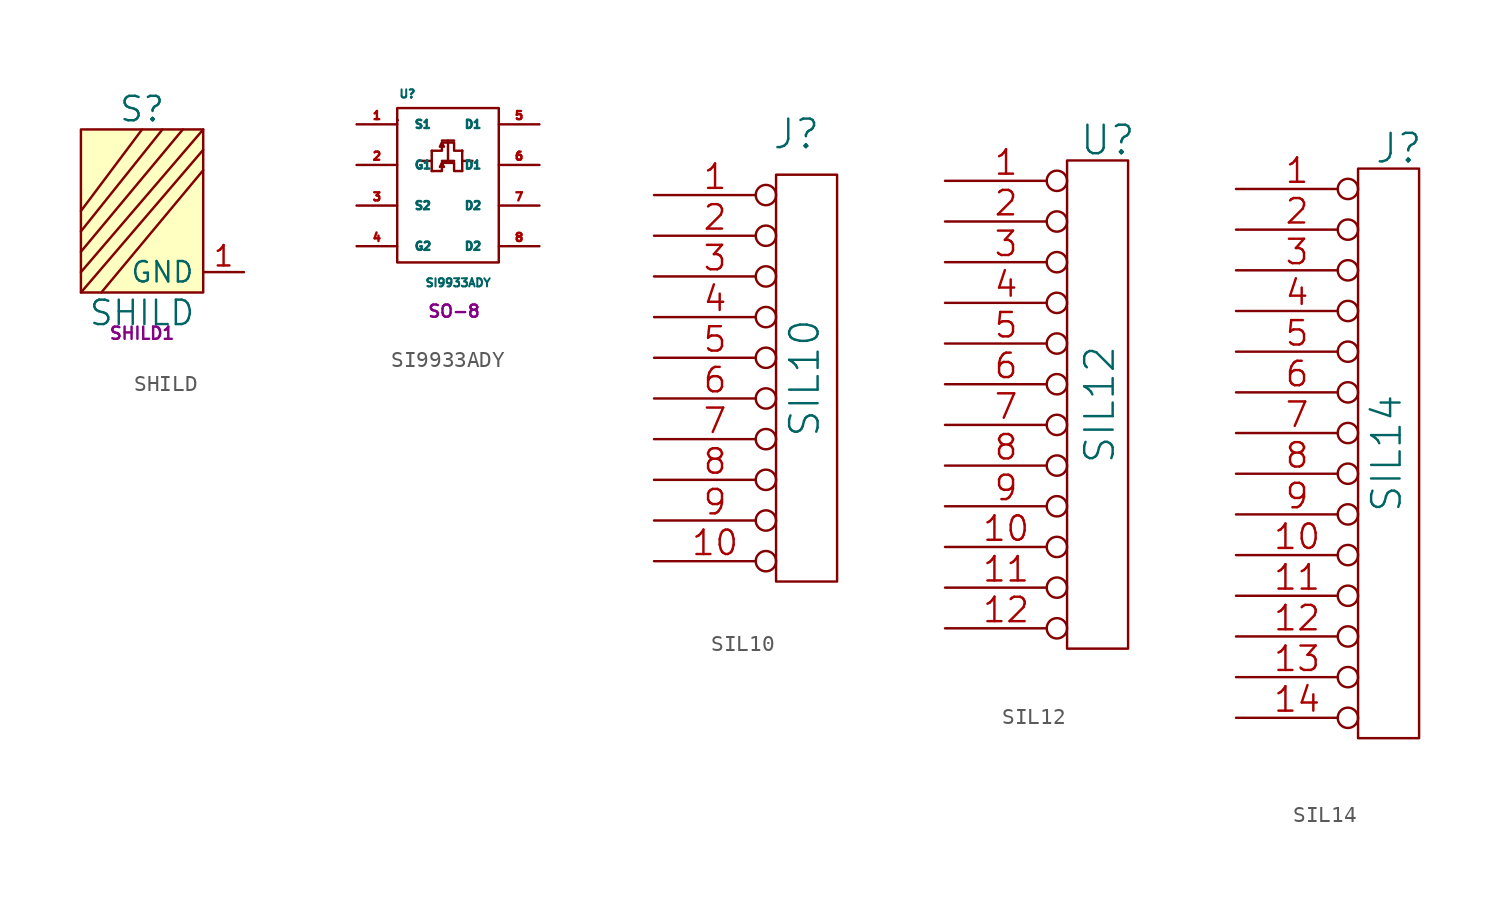
<source format=kicad_sym>
(kicad_symbol_lib
  (version 20220914)
  (generator kicad_symbol_editor)
  (symbol "SHILD"
    (property "Reference" "S"
      (at 0 6.35 0)
      (effects (font (size 1.524 1.524))))
    (property "Value" "SHILD"
      (at 0 -6.35 0)
      (effects (font (size 1.524 1.524))))
    (property "Footprint" "SHILD1"
      (at 0 -7.62 0)
      (effects (font (size 0.762 0.762))))
    (property "Datasheet" ""
      (at 0 0 0)
      (effects (font (size 1.524 1.524))))
    (symbol "SHILD_0_1"
      (rectangle (start -3.81 5.08) (end 3.81 -5.08) (stroke (width 0) (type default)) (fill (type background)))
      (polyline (pts (xy -3.81 -5.08) (xy 3.81 3.81)) (stroke (width 0) (type default)) (fill (type none)))
      (polyline (pts (xy -3.81 -3.81) (xy 3.81 5.08)) (stroke (width 0) (type default)) (fill (type none)))
      (polyline (pts (xy -3.81 -2.54) (xy 2.54 5.08)) (stroke (width 0) (type default)) (fill (type none)))
      (polyline (pts (xy -3.81 -1.27) (xy 1.27 5.08)) (stroke (width 0) (type default)) (fill (type none)))
      (polyline (pts (xy -3.81 0) (xy 0 5.08)) (stroke (width 0) (type default)) (fill (type none)))
      (polyline (pts (xy 3.81 2.54) (xy -2.54 -5.08)) (stroke (width 0) (type default)) (fill (type none))))
    (symbol "SHILD_1_1"
      (pin input line (at 6.35 -3.81 180) (length 2.54) (name "GND" (effects (font (size 1.27 1.27)))) (number "1" (effects (font (size 1.27 1.27)))))))
  (symbol "SI9933ADY"
    (pin_names
      (offset 1.016))
    (property "Reference" "U"
      (at 0.635 4.445 0)
      (effects (font (size 0.508 0.508))))
    (property "Value" "SI9933ADY"
      (at 3.81 -7.366 0)
      (effects (font (size 0.508 0.508))))
    (property "Footprint" "SO-8"
      (at 3.556 -9.144 0)
      (effects (font (size 0.762 0.762))))
    (property "Datasheet" ""
      (at 0 0 0)
      (effects (font (size 1.524 1.524))))
    (symbol "SI9933ADY_0_1"
      (polyline (pts (xy 4.064 0.889) (xy 4.064 0.889)) (stroke (width 0) (type default)) (fill (type none)))
      (polyline (pts (xy 2.159 0.254) (xy 1.524 0.254) (xy 1.524 0.254)) (stroke (width 0) (type default)) (fill (type none)))
      (polyline (pts (xy 2.794 0.254) (xy 3.556 0.254) (xy 3.556 0.254)) (stroke (width 0) (type default)) (fill (type none)))
      (polyline (pts (xy 2.794 1.524) (xy 3.556 1.524) (xy 3.556 1.524)) (stroke (width 0) (type default)) (fill (type none)))
      (polyline (pts (xy 3.175 0.254) (xy 3.175 1.524) (xy 3.175 1.524)) (stroke (width 0) (type default)) (fill (type none)))
      (polyline (pts (xy 4.064 0.254) (xy 4.699 0.254) (xy 4.699 0.254)) (stroke (width 0) (type default)) (fill (type none)))
      (polyline (pts (xy 2.159 0.889) (xy 2.159 -0.381) (xy 2.159 -0.381) (xy 2.159 -0.381)) (stroke (width 0) (type default)) (fill (type none)))
      (polyline (pts (xy 2.667 -0.127) (xy 2.794 0.127) (xy 2.921 -0.127) (xy 2.921 -0.127)) (stroke (width 0) (type default)) (fill (type outline)))
      (polyline (pts (xy 4.064 0.889) (xy 4.064 -0.381) (xy 4.064 -0.381) (xy 4.064 -0.381)) (stroke (width 0) (type default)) (fill (type outline)))
      (polyline (pts (xy 2.667 1.143) (xy 2.794 1.397) (xy 2.921 1.143) (xy 2.667 1.143) (xy 2.667 1.143)) (stroke (width 0) (type default)) (fill (type outline)))
      (polyline (pts (xy 0 -6.096) (xy 0 3.556) (xy 6.35 3.556) (xy 6.35 -6.096) (xy 0 -6.096) (xy 0 -6.096)) (stroke (width 0) (type default)) (fill (type none)))
      (polyline (pts (xy 2.159 -0.381) (xy 2.794 -0.381) (xy 2.794 0.127) (xy 3.556 0.127) (xy 3.556 -0.381) (xy 4.064 -0.381) (xy 4.064 -0.381)) (stroke (width 0) (type default)) (fill (type none)))
      (polyline (pts (xy 2.159 0.889) (xy 2.794 0.889) (xy 2.794 1.397) (xy 3.556 1.397) (xy 3.556 0.889) (xy 4.064 0.889) (xy 4.064 0.889)) (stroke (width 0) (type default)) (fill (type none)))
      (circle (center 0 2.794) (radius 0.0001) (stroke (width 0) (type default)) (fill (type outline)))
      (circle (center 0 2.794) (radius 0.0001) (stroke (width 0) (type default)) (fill (type outline)))
      (circle (center 0 2.794) (radius 0.0001) (stroke (width 0) (type default)) (fill (type outline)))
      (circle (center 0 2.794) (radius 0.0001) (stroke (width 0) (type default)) (fill (type outline)))
      (circle (center 0 2.794) (radius 0.0001) (stroke (width 0) (type default)) (fill (type outline)))
      (circle (center 0 2.794) (radius 0.0001) (stroke (width 0) (type default)) (fill (type outline)))
      (circle (center 0 2.794) (radius 0.0001) (stroke (width 0) (type default)) (fill (type outline)))
      (circle (center 0 2.794) (radius 0.0001) (stroke (width 0) (type default)) (fill (type outline))))
    (symbol "SI9933ADY_1_1"
      (pin input line (at -2.54 2.54 0) (length 2.54) (name "S1" (effects (font (size 0.508 0.508)))) (number "1" (effects (font (size 0.508 0.508)))))
      (pin input line (at -2.54 0 0) (length 2.54) (name "G1" (effects (font (size 0.508 0.508)))) (number "2" (effects (font (size 0.508 0.508)))))
      (pin input line (at -2.54 -2.54 0) (length 2.54) (name "S2" (effects (font (size 0.508 0.508)))) (number "3" (effects (font (size 0.508 0.508)))))
      (pin input line (at -2.54 -5.08 0) (length 2.54) (name "G2" (effects (font (size 0.508 0.508)))) (number "4" (effects (font (size 0.508 0.508)))))
      (pin input line (at 8.89 2.54 180) (length 2.54) (name "D1" (effects (font (size 0.508 0.508)))) (number "5" (effects (font (size 0.508 0.508)))))
      (pin input line (at 8.89 0 180) (length 2.54) (name "D1" (effects (font (size 0.508 0.508)))) (number "6" (effects (font (size 0.508 0.508)))))
      (pin input line (at 8.89 -2.54 180) (length 2.54) (name "D2" (effects (font (size 0.508 0.508)))) (number "7" (effects (font (size 0.508 0.508)))))
      (pin input line (at 8.89 -5.08 180) (length 2.54) (name "D2" (effects (font (size 0.508 0.508)))) (number "8" (effects (font (size 0.508 0.508)))))))
  (symbol "SIL10"
    (pin_names
      (offset 1.016) hide)
    (property "Reference" "J"
      (at 0 15.24 0)
      (effects (font (size 1.778 1.778))))
    (property "Value" "SIL10"
      (at 0.508 0 90)
      (effects (font (size 1.778 1.778))))
    (property "Footprint" ""
      (at 0 0 0)
      (effects (font (size 1.524 1.524))))
    (property "Datasheet" ""
      (at 0 0 0)
      (effects (font (size 1.524 1.524))))
    (symbol "SIL10_0_1"
      (rectangle (start -1.27 12.7) (end 2.54 -12.7) (stroke (width 0) (type default)) (fill (type none))))
    (symbol "SIL10_1_1"
      (pin passive inverted (at -8.89 11.43 0) (length 7.62) (name "1" (effects (font (size 1.524 1.524)))) (number "1" (effects (font (size 1.524 1.524)))))
      (pin passive inverted (at -8.89 -11.43 0) (length 7.62) (name "10" (effects (font (size 1.524 1.524)))) (number "10" (effects (font (size 1.524 1.524)))))
      (pin passive inverted (at -8.89 8.89 0) (length 7.62) (name "2" (effects (font (size 1.524 1.524)))) (number "2" (effects (font (size 1.524 1.524)))))
      (pin passive inverted (at -8.89 6.35 0) (length 7.62) (name "3" (effects (font (size 1.524 1.524)))) (number "3" (effects (font (size 1.524 1.524)))))
      (pin passive inverted (at -8.89 3.81 0) (length 7.62) (name "4" (effects (font (size 1.524 1.524)))) (number "4" (effects (font (size 1.524 1.524)))))
      (pin passive inverted (at -8.89 1.27 0) (length 7.62) (name "5" (effects (font (size 1.524 1.524)))) (number "5" (effects (font (size 1.524 1.524)))))
      (pin passive inverted (at -8.89 -1.27 0) (length 7.62) (name "6" (effects (font (size 1.524 1.524)))) (number "6" (effects (font (size 1.524 1.524)))))
      (pin passive inverted (at -8.89 -3.81 0) (length 7.62) (name "7" (effects (font (size 1.524 1.524)))) (number "7" (effects (font (size 1.524 1.524)))))
      (pin passive inverted (at -8.89 -6.35 0) (length 7.62) (name "8" (effects (font (size 1.524 1.524)))) (number "8" (effects (font (size 1.524 1.524)))))
      (pin passive inverted (at -8.89 -8.89 0) (length 7.62) (name "9" (effects (font (size 1.524 1.524)))) (number "9" (effects (font (size 1.524 1.524)))))))
  (symbol "SIL12"
    (pin_names
      (offset 1.016) hide)
    (property "Reference" "U"
      (at 1.27 16.51 0)
      (effects (font (size 1.778 1.778))))
    (property "Value" "SIL12"
      (at 0.762 0 90)
      (effects (font (size 1.778 1.778))))
    (property "Footprint" ""
      (at 0 0 0)
      (effects (font (size 1.524 1.524))))
    (property "Datasheet" ""
      (at 0 0 0)
      (effects (font (size 1.524 1.524))))
    (symbol "SIL12_0_1"
      (rectangle (start -1.27 15.24) (end 2.54 -15.24) (stroke (width 0) (type default)) (fill (type none))))
    (symbol "SIL12_1_1"
      (pin passive inverted (at -8.89 13.97 0) (length 7.62) (name "1" (effects (font (size 1.524 1.524)))) (number "1" (effects (font (size 1.524 1.524)))))
      (pin passive inverted (at -8.89 -8.89 0) (length 7.62) (name "10" (effects (font (size 1.524 1.524)))) (number "10" (effects (font (size 1.524 1.524)))))
      (pin passive inverted (at -8.89 -11.43 0) (length 7.62) (name "11" (effects (font (size 1.524 1.524)))) (number "11" (effects (font (size 1.524 1.524)))))
      (pin passive inverted (at -8.89 -13.97 0) (length 7.62) (name "12" (effects (font (size 1.524 1.524)))) (number "12" (effects (font (size 1.524 1.524)))))
      (pin passive inverted (at -8.89 11.43 0) (length 7.62) (name "2" (effects (font (size 1.524 1.524)))) (number "2" (effects (font (size 1.524 1.524)))))
      (pin passive inverted (at -8.89 8.89 0) (length 7.62) (name "3" (effects (font (size 1.524 1.524)))) (number "3" (effects (font (size 1.524 1.524)))))
      (pin passive inverted (at -8.89 6.35 0) (length 7.62) (name "4" (effects (font (size 1.524 1.524)))) (number "4" (effects (font (size 1.524 1.524)))))
      (pin passive inverted (at -8.89 3.81 0) (length 7.62) (name "5" (effects (font (size 1.524 1.524)))) (number "5" (effects (font (size 1.524 1.524)))))
      (pin passive inverted (at -8.89 1.27 0) (length 7.62) (name "6" (effects (font (size 1.524 1.524)))) (number "6" (effects (font (size 1.524 1.524)))))
      (pin passive inverted (at -8.89 -1.27 0) (length 7.62) (name "7" (effects (font (size 1.524 1.524)))) (number "7" (effects (font (size 1.524 1.524)))))
      (pin passive inverted (at -8.89 -3.81 0) (length 7.62) (name "8" (effects (font (size 1.524 1.524)))) (number "8" (effects (font (size 1.524 1.524)))))
      (pin passive inverted (at -8.89 -6.35 0) (length 7.62) (name "9" (effects (font (size 1.524 1.524)))) (number "9" (effects (font (size 1.524 1.524)))))))
  (symbol "SIL14"
    (pin_names
      (offset 1.016) hide)
    (property "Reference" "J"
      (at 1.27 19.05 0)
      (effects (font (size 1.778 1.778))))
    (property "Value" "SIL14"
      (at 0.508 0 90)
      (effects (font (size 1.778 1.778))))
    (property "Footprint" ""
      (at 0 0 0)
      (effects (font (size 1.524 1.524))))
    (property "Datasheet" ""
      (at 0 0 0)
      (effects (font (size 1.524 1.524))))
    (symbol "SIL14_0_1"
      (rectangle (start -1.27 17.78) (end 2.54 -17.78) (stroke (width 0) (type default)) (fill (type none))))
    (symbol "SIL14_1_1"
      (pin passive inverted (at -8.89 16.51 0) (length 7.62) (name "1" (effects (font (size 1.524 1.524)))) (number "1" (effects (font (size 1.524 1.524)))))
      (pin passive inverted (at -8.89 -6.35 0) (length 7.62) (name "10" (effects (font (size 1.524 1.524)))) (number "10" (effects (font (size 1.524 1.524)))))
      (pin passive inverted (at -8.89 -8.89 0) (length 7.62) (name "11" (effects (font (size 1.524 1.524)))) (number "11" (effects (font (size 1.524 1.524)))))
      (pin passive inverted (at -8.89 -11.43 0) (length 7.62) (name "12" (effects (font (size 1.524 1.524)))) (number "12" (effects (font (size 1.524 1.524)))))
      (pin passive inverted (at -8.89 -13.97 0) (length 7.62) (name "13" (effects (font (size 1.524 1.524)))) (number "13" (effects (font (size 1.524 1.524)))))
      (pin passive inverted (at -8.89 -16.51 0) (length 7.62) (name "14" (effects (font (size 1.524 1.524)))) (number "14" (effects (font (size 1.524 1.524)))))
      (pin passive inverted (at -8.89 13.97 0) (length 7.62) (name "2" (effects (font (size 1.524 1.524)))) (number "2" (effects (font (size 1.524 1.524)))))
      (pin passive inverted (at -8.89 11.43 0) (length 7.62) (name "3" (effects (font (size 1.524 1.524)))) (number "3" (effects (font (size 1.524 1.524)))))
      (pin passive inverted (at -8.89 8.89 0) (length 7.62) (name "4" (effects (font (size 1.524 1.524)))) (number "4" (effects (font (size 1.524 1.524)))))
      (pin passive inverted (at -8.89 6.35 0) (length 7.62) (name "5" (effects (font (size 1.524 1.524)))) (number "5" (effects (font (size 1.524 1.524)))))
      (pin passive inverted (at -8.89 3.81 0) (length 7.62) (name "6" (effects (font (size 1.524 1.524)))) (number "6" (effects (font (size 1.524 1.524)))))
      (pin passive inverted (at -8.89 1.27 0) (length 7.62) (name "7" (effects (font (size 1.524 1.524)))) (number "7" (effects (font (size 1.524 1.524)))))
      (pin passive inverted (at -8.89 -1.27 0) (length 7.62) (name "8" (effects (font (size 1.524 1.524)))) (number "8" (effects (font (size 1.524 1.524)))))
      (pin passive inverted (at -8.89 -3.81 0) (length 7.62) (name "9" (effects (font (size 1.524 1.524)))) (number "9" (effects (font (size 1.524 1.524))))))))
</source>
